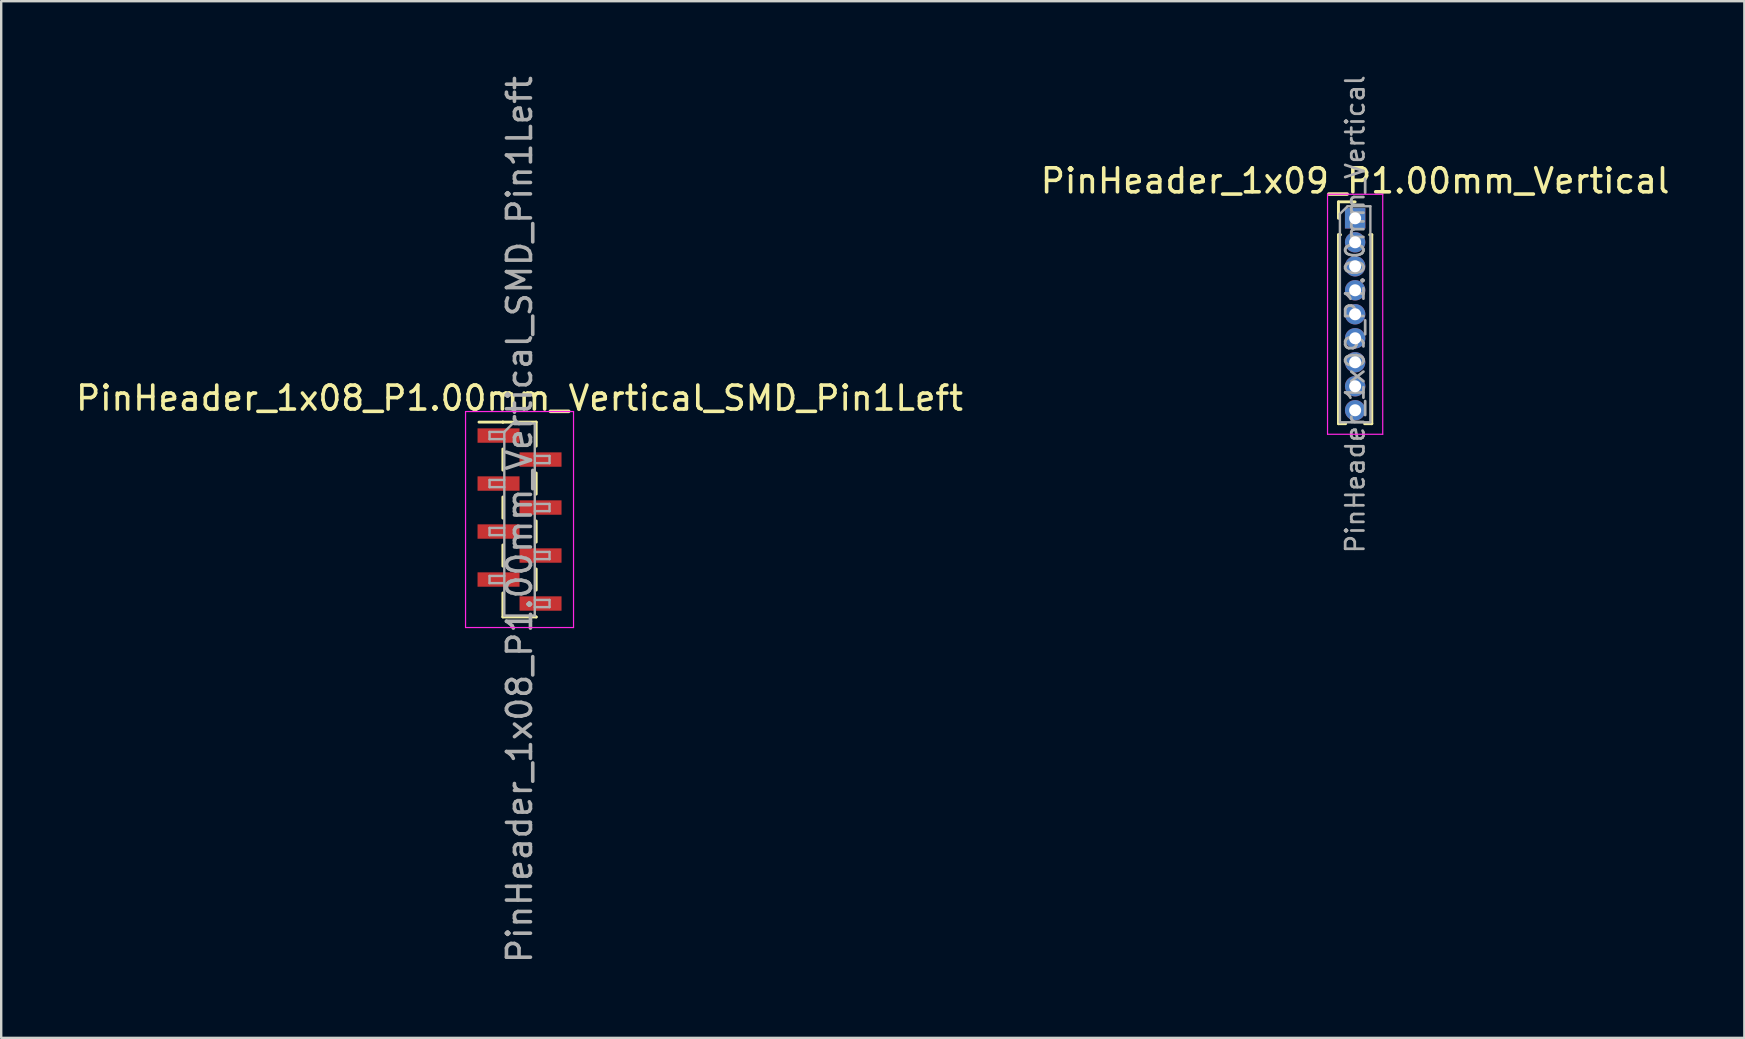
<source format=kicad_pcb>
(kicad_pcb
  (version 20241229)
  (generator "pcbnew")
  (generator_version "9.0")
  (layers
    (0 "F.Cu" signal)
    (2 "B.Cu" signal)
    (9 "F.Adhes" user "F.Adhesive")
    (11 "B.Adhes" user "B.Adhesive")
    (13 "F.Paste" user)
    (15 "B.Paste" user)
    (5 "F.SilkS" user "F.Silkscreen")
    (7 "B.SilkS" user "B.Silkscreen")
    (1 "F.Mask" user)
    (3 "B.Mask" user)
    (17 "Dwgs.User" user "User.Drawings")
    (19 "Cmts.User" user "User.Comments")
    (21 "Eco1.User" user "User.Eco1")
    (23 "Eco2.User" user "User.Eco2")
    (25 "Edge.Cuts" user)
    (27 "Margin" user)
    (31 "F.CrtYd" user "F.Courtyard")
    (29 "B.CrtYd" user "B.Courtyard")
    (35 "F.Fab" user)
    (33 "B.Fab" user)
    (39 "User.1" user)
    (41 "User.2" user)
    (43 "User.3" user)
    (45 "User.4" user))
  (footprint "PinHeader_1x08_P1.00mm_Vertical_SMD_Pin1Left"
    (layer "F.Cu")
    (at 18.601 18.601)
    (property "Reference" "PinHeader_1x08_P1.00mm_Vertical_SMD_Pin1Left" (at 0 -5.06 0) (layer "F.SilkS") (effects (font (size 1 1) (thickness 0.15))))
    (attr smd)
    (fp_line (start -0.695 -4.06) (end -1.69 -4.06) (stroke (width 0.12) (type solid)) (layer "F.SilkS"))
    (fp_line (start -0.695 -4.06) (end -0.695 -4.06) (stroke (width 0.12) (type solid)) (layer "F.SilkS"))
    (fp_line (start -0.695 -4.06) (end 0.695 -4.06) (stroke (width 0.12) (type solid)) (layer "F.SilkS"))
    (fp_line (start -0.695 -2.94) (end -0.695 -2.06) (stroke (width 0.12) (type solid)) (layer "F.SilkS"))
    (fp_line (start -0.695 -0.94) (end -0.695 -0.06) (stroke (width 0.12) (type solid)) (layer "F.SilkS"))
    (fp_line (start -0.695 1.06) (end -0.695 1.94) (stroke (width 0.12) (type solid)) (layer "F.SilkS"))
    (fp_line (start -0.695 3.06) (end -0.695 4.06) (stroke (width 0.12) (type solid)) (layer "F.SilkS"))
    (fp_line (start -0.695 4.06) (end 0.695 4.06) (stroke (width 0.12) (type solid)) (layer "F.SilkS"))
    (fp_line (start 0.695 -4.06) (end 0.695 -3.06) (stroke (width 0.12) (type solid)) (layer "F.SilkS"))
    (fp_line (start 0.695 -1.94) (end 0.695 -1.06) (stroke (width 0.12) (type solid)) (layer "F.SilkS"))
    (fp_line (start 0.695 0.06) (end 0.695 0.94) (stroke (width 0.12) (type solid)) (layer "F.SilkS"))
    (fp_line (start 0.695 2.06) (end 0.695 2.94) (stroke (width 0.12) (type solid)) (layer "F.SilkS"))
    (fp_line (start 0.695 4.06) (end 0.695 4.06) (stroke (width 0.12) (type solid)) (layer "F.SilkS"))
    (fp_line (start -2.25 -4.5) (end -2.25 4.5) (stroke (width 0.05) (type solid)) (layer "F.CrtYd"))
    (fp_line (start -2.25 4.5) (end 2.25 4.5) (stroke (width 0.05) (type solid)) (layer "F.CrtYd"))
    (fp_line (start 2.25 -4.5) (end -2.25 -4.5) (stroke (width 0.05) (type solid)) (layer "F.CrtYd"))
    (fp_line (start 2.25 4.5) (end 2.25 -4.5) (stroke (width 0.05) (type solid)) (layer "F.CrtYd"))
    (fp_line (start -1.25 -3.65) (end -1.25 -3.35) (stroke (width 0.1) (type solid)) (layer "F.Fab"))
    (fp_line (start -1.25 -3.35) (end -0.635 -3.35) (stroke (width 0.1) (type solid)) (layer "F.Fab"))
    (fp_line (start -1.25 -1.65) (end -1.25 -1.35) (stroke (width 0.1) (type solid)) (layer "F.Fab"))
    (fp_line (start -1.25 -1.35) (end -0.635 -1.35) (stroke (width 0.1) (type solid)) (layer "F.Fab"))
    (fp_line (start -1.25 0.35) (end -1.25 0.65) (stroke (width 0.1) (type solid)) (layer "F.Fab"))
    (fp_line (start -1.25 0.65) (end -0.635 0.65) (stroke (width 0.1) (type solid)) (layer "F.Fab"))
    (fp_line (start -1.25 2.35) (end -1.25 2.65) (stroke (width 0.1) (type solid)) (layer "F.Fab"))
    (fp_line (start -1.25 2.65) (end -0.635 2.65) (stroke (width 0.1) (type solid)) (layer "F.Fab"))
    (fp_line (start -0.635 -3.65) (end -1.25 -3.65) (stroke (width 0.1) (type solid)) (layer "F.Fab"))
    (fp_line (start -0.635 -3.65) (end -0.285 -4) (stroke (width 0.1) (type solid)) (layer "F.Fab"))
    (fp_line (start -0.635 -1.65) (end -1.25 -1.65) (stroke (width 0.1) (type solid)) (layer "F.Fab"))
    (fp_line (start -0.635 0.35) (end -1.25 0.35) (stroke (width 0.1) (type solid)) (layer "F.Fab"))
    (fp_line (start -0.635 2.35) (end -1.25 2.35) (stroke (width 0.1) (type solid)) (layer "F.Fab"))
    (fp_line (start -0.635 4) (end -0.635 -3.65) (stroke (width 0.1) (type solid)) (layer "F.Fab"))
    (fp_line (start -0.285 -4) (end 0.635 -4) (stroke (width 0.1) (type solid)) (layer "F.Fab"))
    (fp_line (start 0.635 -4) (end 0.635 4) (stroke (width 0.1) (type solid)) (layer "F.Fab"))
    (fp_line (start 0.635 -2.65) (end 1.25 -2.65) (stroke (width 0.1) (type solid)) (layer "F.Fab"))
    (fp_line (start 0.635 -0.65) (end 1.25 -0.65) (stroke (width 0.1) (type solid)) (layer "F.Fab"))
    (fp_line (start 0.635 1.35) (end 1.25 1.35) (stroke (width 0.1) (type solid)) (layer "F.Fab"))
    (fp_line (start 0.635 3.35) (end 1.25 3.35) (stroke (width 0.1) (type solid)) (layer "F.Fab"))
    (fp_line (start 0.635 4) (end -0.635 4) (stroke (width 0.1) (type solid)) (layer "F.Fab"))
    (fp_line (start 1.25 -2.65) (end 1.25 -2.35) (stroke (width 0.1) (type solid)) (layer "F.Fab"))
    (fp_line (start 1.25 -2.35) (end 0.635 -2.35) (stroke (width 0.1) (type solid)) (layer "F.Fab"))
    (fp_line (start 1.25 -0.65) (end 1.25 -0.35) (stroke (width 0.1) (type solid)) (layer "F.Fab"))
    (fp_line (start 1.25 -0.35) (end 0.635 -0.35) (stroke (width 0.1) (type solid)) (layer "F.Fab"))
    (fp_line (start 1.25 1.35) (end 1.25 1.65) (stroke (width 0.1) (type solid)) (layer "F.Fab"))
    (fp_line (start 1.25 1.65) (end 0.635 1.65) (stroke (width 0.1) (type solid)) (layer "F.Fab"))
    (fp_line (start 1.25 3.35) (end 1.25 3.65) (stroke (width 0.1) (type solid)) (layer "F.Fab"))
    (fp_line (start 1.25 3.65) (end 0.635 3.65) (stroke (width 0.1) (type solid)) (layer "F.Fab"))
    (fp_text user "${REFERENCE}" (at 0 0 90) (layer "F.Fab") (effects (font (size 1 1) (thickness 0.15))))
    (pad "1" smd rect (at -0.875 -3.5) (size 1.75 0.6) (layers "F.Cu" "F.Mask" "F.Paste"))
    (pad "2" smd rect (at 0.875 -2.5) (size 1.75 0.6) (layers "F.Cu" "F.Mask" "F.Paste"))
    (pad "3" smd rect (at -0.875 -1.5) (size 1.75 0.6) (layers "F.Cu" "F.Mask" "F.Paste"))
    (pad "4" smd rect (at 0.875 -0.5) (size 1.75 0.6) (layers "F.Cu" "F.Mask" "F.Paste"))
    (pad "5" smd rect (at -0.875 0.5) (size 1.75 0.6) (layers "F.Cu" "F.Mask" "F.Paste"))
    (pad "6" smd rect (at 0.875 1.5) (size 1.75 0.6) (layers "F.Cu" "F.Mask" "F.Paste"))
    (pad "7" smd rect (at -0.875 2.5) (size 1.75 0.6) (layers "F.Cu" "F.Mask" "F.Paste"))
    (pad "8" smd rect (at 0.875 3.5) (size 1.75 0.6) (layers "F.Cu" "F.Mask" "F.Paste")))
  (footprint "PinHeader_1x09_P1.00mm_Vertical"
    (layer "F.Cu")
    (at 53.423 6.047)
    (property "Reference" "PinHeader_1x09_P1.00mm_Vertical" (at 0 -1.56 0) (layer "F.SilkS") (effects (font (size 1 1) (thickness 0.15))))
    (attr through_hole)
    (fp_line (start -0.695 -0.685) (end 0 -0.685) (stroke (width 0.12) (type solid)) (layer "F.SilkS"))
    (fp_line (start -0.695 0) (end -0.695 -0.685) (stroke (width 0.12) (type solid)) (layer "F.SilkS"))
    (fp_line (start -0.695 0.685) (end -0.695 8.56) (stroke (width 0.12) (type solid)) (layer "F.SilkS"))
    (fp_line (start -0.695 0.685) (end -0.608 0.685) (stroke (width 0.12) (type solid)) (layer "F.SilkS"))
    (fp_line (start -0.695 8.56) (end -0.394 8.56) (stroke (width 0.12) (type solid)) (layer "F.SilkS"))
    (fp_line (start 0.394 8.56) (end 0.695 8.56) (stroke (width 0.12) (type solid)) (layer "F.SilkS"))
    (fp_line (start 0.608 0.685) (end 0.695 0.685) (stroke (width 0.12) (type solid)) (layer "F.SilkS"))
    (fp_line (start 0.695 0.685) (end 0.695 8.56) (stroke (width 0.12) (type solid)) (layer "F.SilkS"))
    (fp_line (start -1.15 -1) (end -1.15 9) (stroke (width 0.05) (type solid)) (layer "F.CrtYd"))
    (fp_line (start -1.15 9) (end 1.15 9) (stroke (width 0.05) (type solid)) (layer "F.CrtYd"))
    (fp_line (start 1.15 -1) (end -1.15 -1) (stroke (width 0.05) (type solid)) (layer "F.CrtYd"))
    (fp_line (start 1.15 9) (end 1.15 -1) (stroke (width 0.05) (type solid)) (layer "F.CrtYd"))
    (fp_line (start -0.635 -0.182) (end -0.318 -0.5) (stroke (width 0.1) (type solid)) (layer "F.Fab"))
    (fp_line (start -0.635 8.5) (end -0.635 -0.182) (stroke (width 0.1) (type solid)) (layer "F.Fab"))
    (fp_line (start -0.318 -0.5) (end 0.635 -0.5) (stroke (width 0.1) (type solid)) (layer "F.Fab"))
    (fp_line (start 0.635 -0.5) (end 0.635 8.5) (stroke (width 0.1) (type solid)) (layer "F.Fab"))
    (fp_line (start 0.635 8.5) (end -0.635 8.5) (stroke (width 0.1) (type solid)) (layer "F.Fab"))
    (fp_text user "${REFERENCE}" (at 0 4 90) (layer "F.Fab") (effects (font (size 0.76 0.76) (thickness 0.114))))
    (pad "1" thru_hole rect (at 0 0) (size 0.85 0.85) (drill 0.5) (layers "*.Cu" "*.Mask"))
    (pad "2" thru_hole oval (at 0 1) (size 0.85 0.85) (drill 0.5) (layers "*.Cu" "*.Mask"))
    (pad "3" thru_hole oval (at 0 2) (size 0.85 0.85) (drill 0.5) (layers "*.Cu" "*.Mask"))
    (pad "4" thru_hole oval (at 0 3) (size 0.85 0.85) (drill 0.5) (layers "*.Cu" "*.Mask"))
    (pad "5" thru_hole oval (at 0 4) (size 0.85 0.85) (drill 0.5) (layers "*.Cu" "*.Mask"))
    (pad "6" thru_hole oval (at 0 5) (size 0.85 0.85) (drill 0.5) (layers "*.Cu" "*.Mask"))
    (pad "7" thru_hole oval (at 0 6) (size 0.85 0.85) (drill 0.5) (layers "*.Cu" "*.Mask"))
    (pad "8" thru_hole oval (at 0 7) (size 0.85 0.85) (drill 0.5) (layers "*.Cu" "*.Mask"))
    (pad "9" thru_hole oval (at 0 8) (size 0.85 0.85) (drill 0.5) (layers "*.Cu" "*.Mask")))
  (gr_rect
    (start -3 -3)
    (end 69.643 40.202)
    (stroke (width 0.1) (type default))
    (fill no)
    (layer "Edge.Cuts")))
</source>
